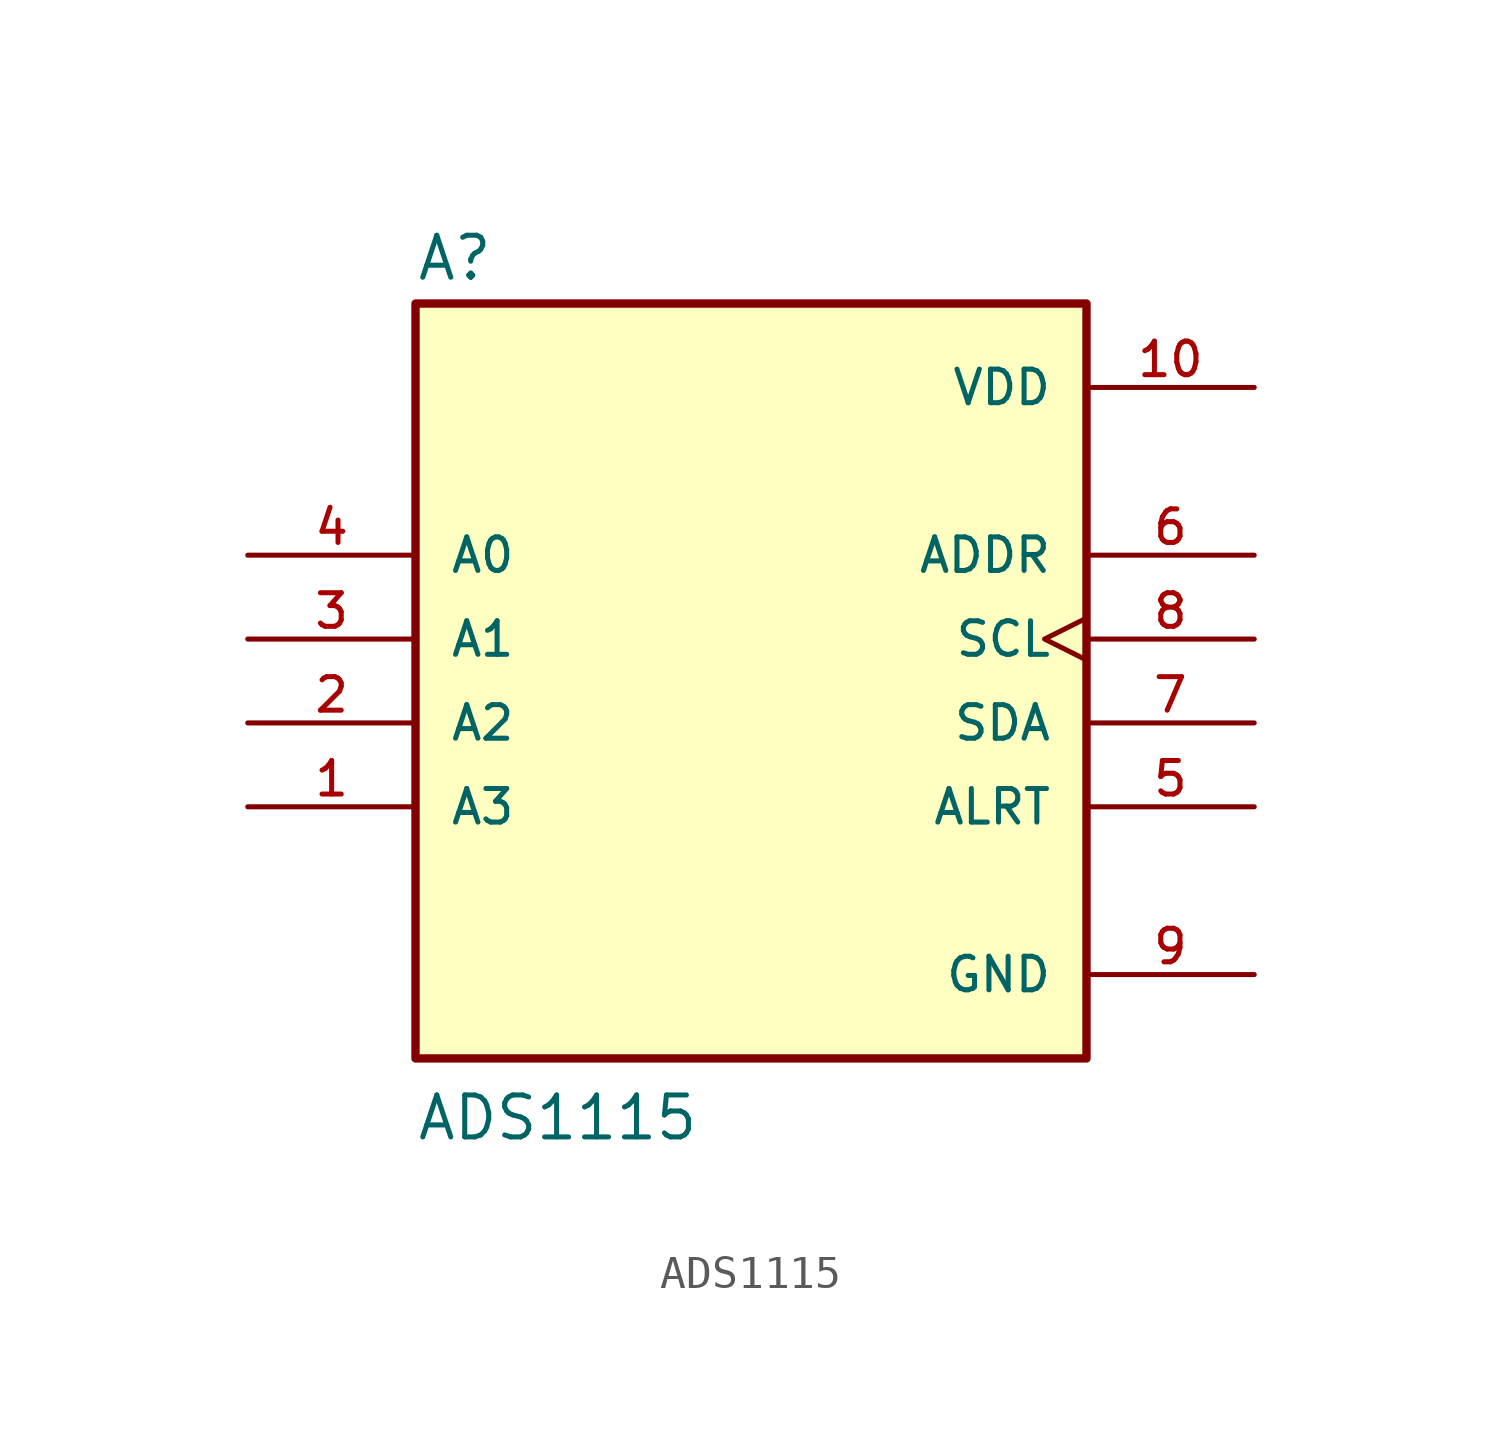
<source format=kicad_sym>
(kicad_symbol_lib
  (version 20211014)
  (generator kicad_symbol_editor)
  (symbol "ADS1115"
    (pin_names
      (offset 1.016))
    (property "Reference" "A"
      (at -10.16 10.795 0)
      (effects (font (size 1.27 1.27)) (justify left bottom)))
    (property "Value" "ADS1115"
      (at -10.16 -15.24 0)
      (effects (font (size 1.27 1.27)) (justify left bottom)))
    (symbol "ADS1115_0_0"
      (rectangle (start -10.16 -12.7) (end 10.16 10.16) (stroke (width 0.254) (type default) (color 0 0 0 0)) (fill (type background)))
      (pin input line (at -15.24 -5.08 0) (length 5.08) (name "A3" (effects (font (size 1.016 1.016)))) (number "1" (effects (font (size 1.016 1.016)))))
      (pin power_in line (at 15.24 7.62 180) (length 5.08) (name "VDD" (effects (font (size 1.016 1.016)))) (number "10" (effects (font (size 1.016 1.016)))))
      (pin input line (at -15.24 -2.54 0) (length 5.08) (name "A2" (effects (font (size 1.016 1.016)))) (number "2" (effects (font (size 1.016 1.016)))))
      (pin input line (at -15.24 0 0) (length 5.08) (name "A1" (effects (font (size 1.016 1.016)))) (number "3" (effects (font (size 1.016 1.016)))))
      (pin input line (at -15.24 2.54 0) (length 5.08) (name "A0" (effects (font (size 1.016 1.016)))) (number "4" (effects (font (size 1.016 1.016)))))
      (pin output line (at 15.24 -5.08 180) (length 5.08) (name "ALRT" (effects (font (size 1.016 1.016)))) (number "5" (effects (font (size 1.016 1.016)))))
      (pin input line (at 15.24 2.54 180) (length 5.08) (name "ADDR" (effects (font (size 1.016 1.016)))) (number "6" (effects (font (size 1.016 1.016)))))
      (pin bidirectional line (at 15.24 -2.54 180) (length 5.08) (name "SDA" (effects (font (size 1.016 1.016)))) (number "7" (effects (font (size 1.016 1.016)))))
      (pin input clock (at 15.24 0 180) (length 5.08) (name "SCL" (effects (font (size 1.016 1.016)))) (number "8" (effects (font (size 1.016 1.016)))))
      (pin power_in line (at 15.24 -10.16 180) (length 5.08) (name "GND" (effects (font (size 1.016 1.016)))) (number "9" (effects (font (size 1.016 1.016))))))))
</source>
